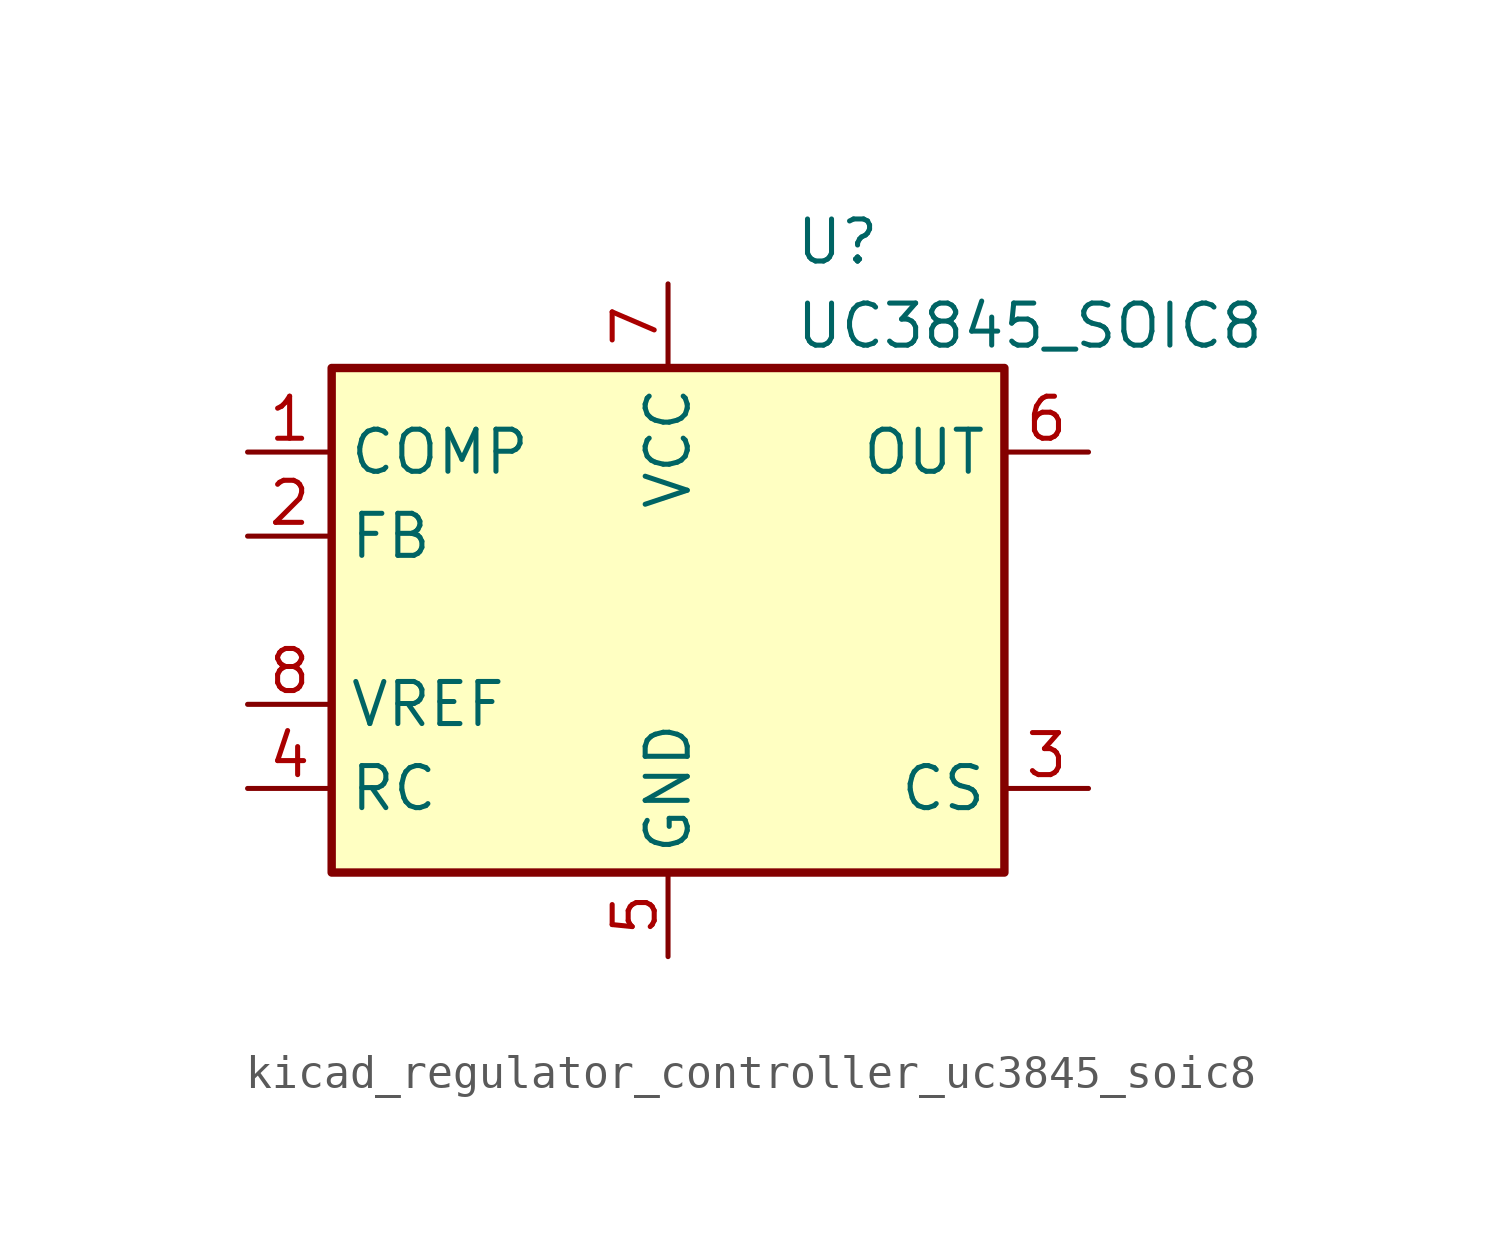
<source format=kicad_sym>
(kicad_symbol_lib
  (version 20220914)
  (generator kicad_symbol_editor)
  (symbol "kicad_regulator_controller_uc3845_soic8"
    (property "Reference" "U"
      (at 3.81 11.43 0)
      (effects (font (size 1.27 1.27)) (justify left)))
    (property "Value" "UC3845_SOIC8"
      (at 3.81 8.89 0)
      (effects (font (size 1.27 1.27)) (justify left)))
    (symbol "kicad_regulator_controller_uc3845_soic8_0_1"
      (rectangle (start -10.16 -7.62) (end 10.16 7.62) (stroke (width 0.254) (type default)) (fill (type background))))
    (symbol "kicad_regulator_controller_uc3845_soic8_1_1"
      (pin passive line (at -12.7 5.08 0) (length 2.54) (name "COMP" (effects (font (size 1.27 1.27)))) (number "1" (effects (font (size 1.27 1.27)))))
      (pin input line (at -12.7 2.54 0) (length 2.54) (name "FB" (effects (font (size 1.27 1.27)))) (number "2" (effects (font (size 1.27 1.27)))))
      (pin input line (at 12.7 -5.08 180) (length 2.54) (name "CS" (effects (font (size 1.27 1.27)))) (number "3" (effects (font (size 1.27 1.27)))))
      (pin passive line (at -12.7 -5.08 0) (length 2.54) (name "RC" (effects (font (size 1.27 1.27)))) (number "4" (effects (font (size 1.27 1.27)))))
      (pin power_in line (at 0 -10.16 90) (length 2.54) (name "GND" (effects (font (size 1.27 1.27)))) (number "5" (effects (font (size 1.27 1.27)))))
      (pin output line (at 12.7 5.08 180) (length 2.54) (name "OUT" (effects (font (size 1.27 1.27)))) (number "6" (effects (font (size 1.27 1.27)))))
      (pin power_in line (at 0 10.16 270) (length 2.54) (name "VCC" (effects (font (size 1.27 1.27)))) (number "7" (effects (font (size 1.27 1.27)))))
      (pin power_out line (at -12.7 -2.54 0) (length 2.54) (name "VREF" (effects (font (size 1.27 1.27)))) (number "8" (effects (font (size 1.27 1.27))))))))
</source>
